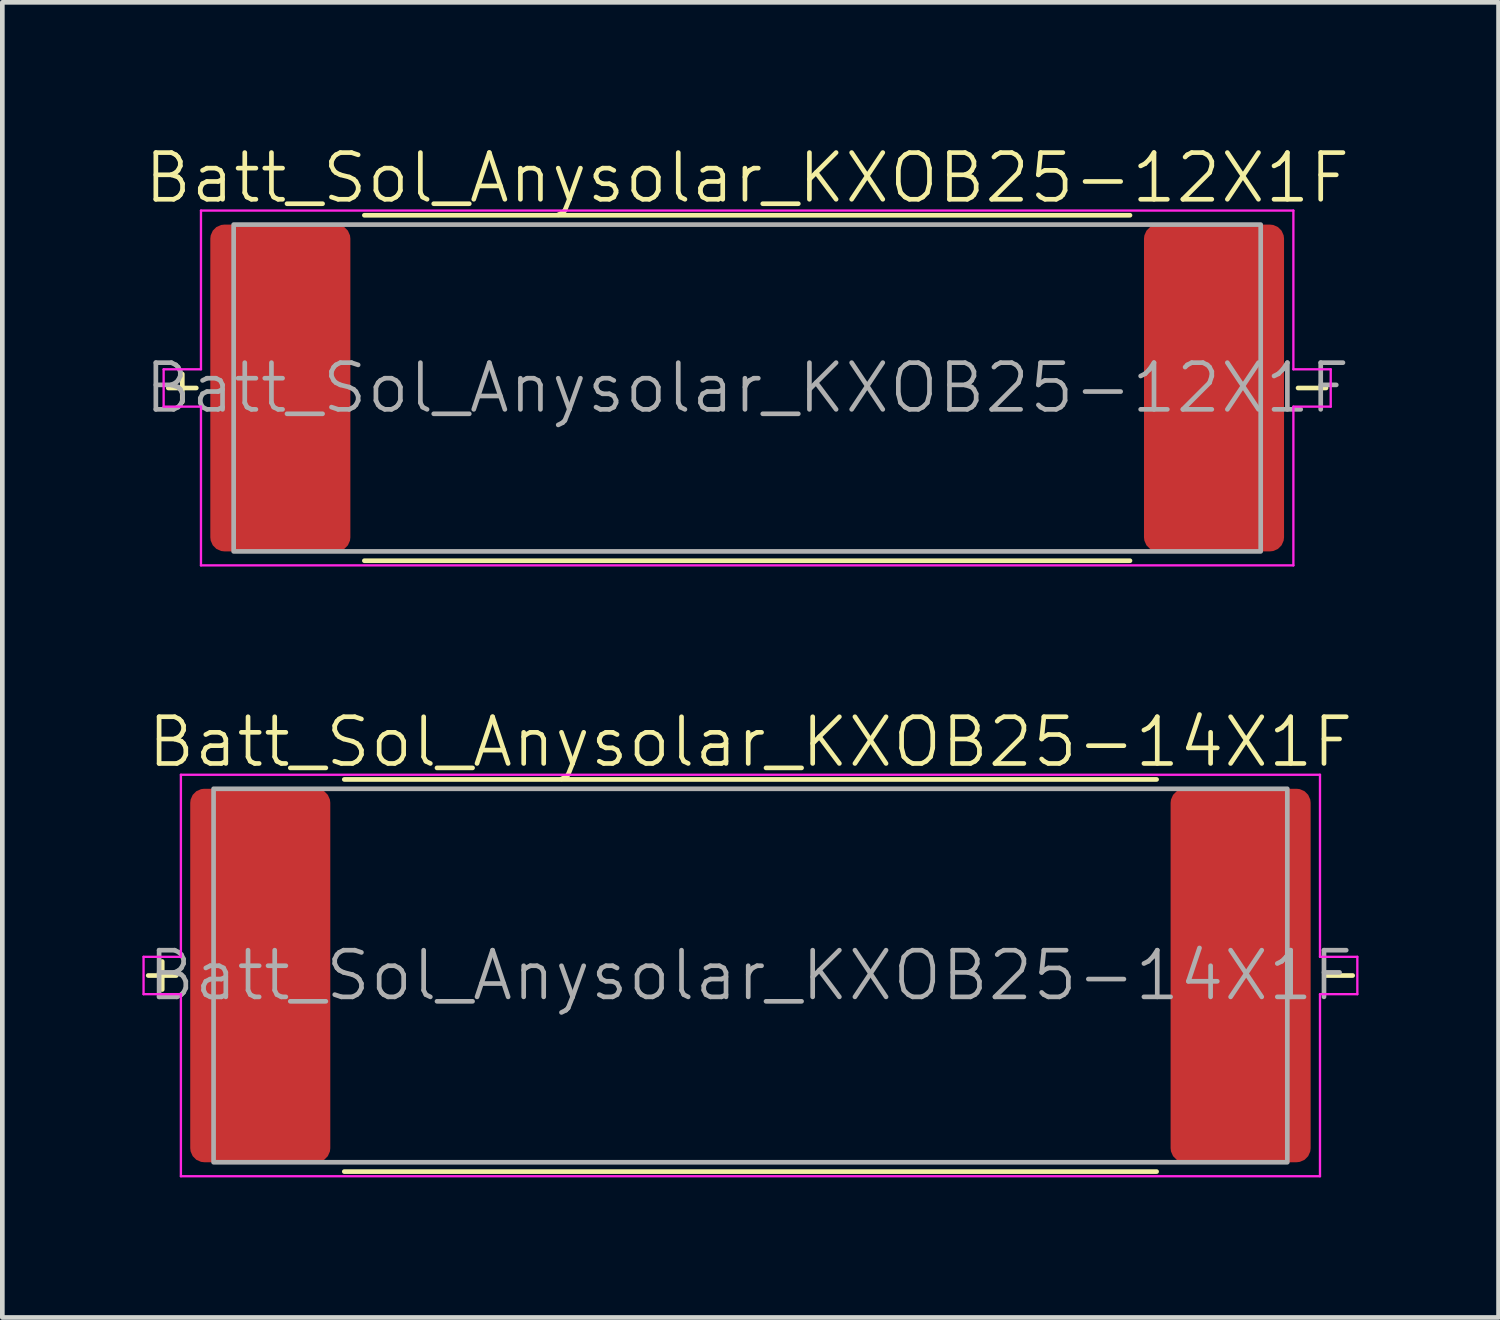
<source format=kicad_pcb>
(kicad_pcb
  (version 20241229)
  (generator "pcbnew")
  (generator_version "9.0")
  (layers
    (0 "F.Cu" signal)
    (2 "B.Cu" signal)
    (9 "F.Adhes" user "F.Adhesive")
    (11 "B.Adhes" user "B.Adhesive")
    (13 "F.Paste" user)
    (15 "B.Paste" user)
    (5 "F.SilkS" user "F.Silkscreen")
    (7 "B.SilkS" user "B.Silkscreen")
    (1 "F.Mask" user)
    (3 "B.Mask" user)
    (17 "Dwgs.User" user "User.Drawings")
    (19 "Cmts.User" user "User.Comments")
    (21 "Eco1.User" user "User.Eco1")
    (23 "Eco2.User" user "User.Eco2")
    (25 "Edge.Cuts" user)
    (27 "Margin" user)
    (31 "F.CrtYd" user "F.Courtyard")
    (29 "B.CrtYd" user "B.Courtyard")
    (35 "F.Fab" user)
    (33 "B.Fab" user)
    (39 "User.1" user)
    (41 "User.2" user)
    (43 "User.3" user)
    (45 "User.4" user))
  (footprint "Batt_Sol_Anysolar_KXOB25-14X1F"
    (layer "F.Cu")
    (at 13.025 17.846)
    (property "Reference" "Batt_Sol_Anysolar_KXOB25-14X1F" (at 0 -5 0) (unlocked yes) (layer "F.SilkS") (effects (font (size 1 1) (thickness 0.1))))
    (attr smd)
    (fp_line (start -12.6 -0.3) (end -12.6 0.3) (stroke (width 0.1) (type default)) (layer "F.SilkS"))
    (fp_line (start -12.3 0) (end -12.9 0) (stroke (width 0.1) (type default)) (layer "F.SilkS"))
    (fp_line (start -8.7 -4.2) (end 8.7 -4.2) (stroke (width 0.1) (type default)) (layer "F.SilkS"))
    (fp_line (start -8.7 4.2) (end 8.7 4.2) (stroke (width 0.1) (type default)) (layer "F.SilkS"))
    (fp_line (start 12.9 0) (end 12.3 0) (stroke (width 0.1) (type default)) (layer "F.SilkS"))
    (fp_line (start -13 -0.4) (end -13 0.4) (stroke (width 0.05) (type default)) (layer "F.CrtYd"))
    (fp_line (start -13 0.4) (end -12.2 0.4) (stroke (width 0.05) (type default)) (layer "F.CrtYd"))
    (fp_line (start -12.2 -4.3) (end -12.2 -0.4) (stroke (width 0.05) (type default)) (layer "F.CrtYd"))
    (fp_line (start -12.2 -0.4) (end -13 -0.4) (stroke (width 0.05) (type default)) (layer "F.CrtYd"))
    (fp_line (start -12.2 0.4) (end -12.2 4.3) (stroke (width 0.05) (type default)) (layer "F.CrtYd"))
    (fp_line (start -12.2 4.3) (end 12.2 4.3) (stroke (width 0.05) (type default)) (layer "F.CrtYd"))
    (fp_line (start 12.2 -4.3) (end -12.2 -4.3) (stroke (width 0.05) (type default)) (layer "F.CrtYd"))
    (fp_line (start 12.2 -0.4) (end 12.2 -4.3) (stroke (width 0.05) (type default)) (layer "F.CrtYd"))
    (fp_line (start 12.2 0.4) (end 13 0.4) (stroke (width 0.05) (type default)) (layer "F.CrtYd"))
    (fp_line (start 12.2 4.3) (end 12.2 0.4) (stroke (width 0.05) (type default)) (layer "F.CrtYd"))
    (fp_line (start 13 -0.4) (end 12.2 -0.4) (stroke (width 0.05) (type default)) (layer "F.CrtYd"))
    (fp_line (start 13 0.4) (end 13 -0.4) (stroke (width 0.05) (type default)) (layer "F.CrtYd"))
    (fp_rect (start -11.5 -4) (end 11.5 4) (stroke (width 0.1) (type default)) (fill no) (layer "F.Fab"))
    (fp_text user "${REFERENCE}" (at 0 0 0) (unlocked yes) (layer "F.Fab") (effects (font (size 1 1) (thickness 0.1))))
    (pad "1" smd roundrect (at -10.5 0) (size 3 8) (layers "F.Cu" "F.Mask" "F.Paste") (roundrect_rratio 0.1))
    (pad "2" smd roundrect (at 10.5 0) (size 3 8) (layers "F.Cu" "F.Mask" "F.Paste") (roundrect_rratio 0.1)))
  (footprint "Batt_Sol_Anysolar_KXOB25-12X1F"
    (layer "F.Cu")
    (at 12.955 5.261)
    (property "Reference" "Batt_Sol_Anysolar_KXOB25-12X1F" (at 0 -4.5 0) (unlocked yes) (layer "F.SilkS") (effects (font (size 1 1) (thickness 0.1))))
    (attr smd)
    (fp_line (start -12.1 -0.3) (end -12.1 0.3) (stroke (width 0.1) (type default)) (layer "F.SilkS"))
    (fp_line (start -11.8 0) (end -12.4 0) (stroke (width 0.1) (type default)) (layer "F.SilkS"))
    (fp_line (start -8.2 -3.7) (end 8.2 -3.7) (stroke (width 0.1) (type default)) (layer "F.SilkS"))
    (fp_line (start -8.2 3.7) (end 8.2 3.7) (stroke (width 0.1) (type default)) (layer "F.SilkS"))
    (fp_line (start 12.4 0) (end 11.8 0) (stroke (width 0.1) (type default)) (layer "F.SilkS"))
    (fp_line (start -12.5 -0.4) (end -12.5 0.4) (stroke (width 0.05) (type default)) (layer "F.CrtYd"))
    (fp_line (start -12.5 0.4) (end -11.7 0.4) (stroke (width 0.05) (type default)) (layer "F.CrtYd"))
    (fp_line (start -11.7 -3.8) (end -11.7 -0.4) (stroke (width 0.05) (type default)) (layer "F.CrtYd"))
    (fp_line (start -11.7 -0.4) (end -12.5 -0.4) (stroke (width 0.05) (type default)) (layer "F.CrtYd"))
    (fp_line (start -11.7 0.4) (end -11.7 3.8) (stroke (width 0.05) (type default)) (layer "F.CrtYd"))
    (fp_line (start -11.7 3.8) (end 11.7 3.8) (stroke (width 0.05) (type default)) (layer "F.CrtYd"))
    (fp_line (start 11.7 -3.8) (end -11.7 -3.8) (stroke (width 0.05) (type default)) (layer "F.CrtYd"))
    (fp_line (start 11.7 -0.4) (end 11.7 -3.8) (stroke (width 0.05) (type default)) (layer "F.CrtYd"))
    (fp_line (start 11.7 0.4) (end 12.5 0.4) (stroke (width 0.05) (type default)) (layer "F.CrtYd"))
    (fp_line (start 11.7 3.8) (end 11.7 0.4) (stroke (width 0.05) (type default)) (layer "F.CrtYd"))
    (fp_line (start 12.5 -0.4) (end 11.7 -0.4) (stroke (width 0.05) (type default)) (layer "F.CrtYd"))
    (fp_line (start 12.5 0.4) (end 12.5 -0.4) (stroke (width 0.05) (type default)) (layer "F.CrtYd"))
    (fp_rect (start -11 -3.5) (end 11 3.5) (stroke (width 0.1) (type default)) (fill no) (layer "F.Fab"))
    (fp_text user "${REFERENCE}" (at 0 0 0) (unlocked yes) (layer "F.Fab") (effects (font (size 1 1) (thickness 0.1))))
    (pad "1" smd roundrect (at -10 0) (size 3 7) (layers "F.Cu" "F.Mask" "F.Paste") (roundrect_rratio 0.1))
    (pad "2" smd roundrect (at 10 0) (size 3 7) (layers "F.Cu" "F.Mask" "F.Paste") (roundrect_rratio 0.1)))
  (gr_rect
    (start -3 -3)
    (end 29.05 25.171)
    (stroke (width 0.1) (type default))
    (fill no)
    (layer "Edge.Cuts")))
</source>
